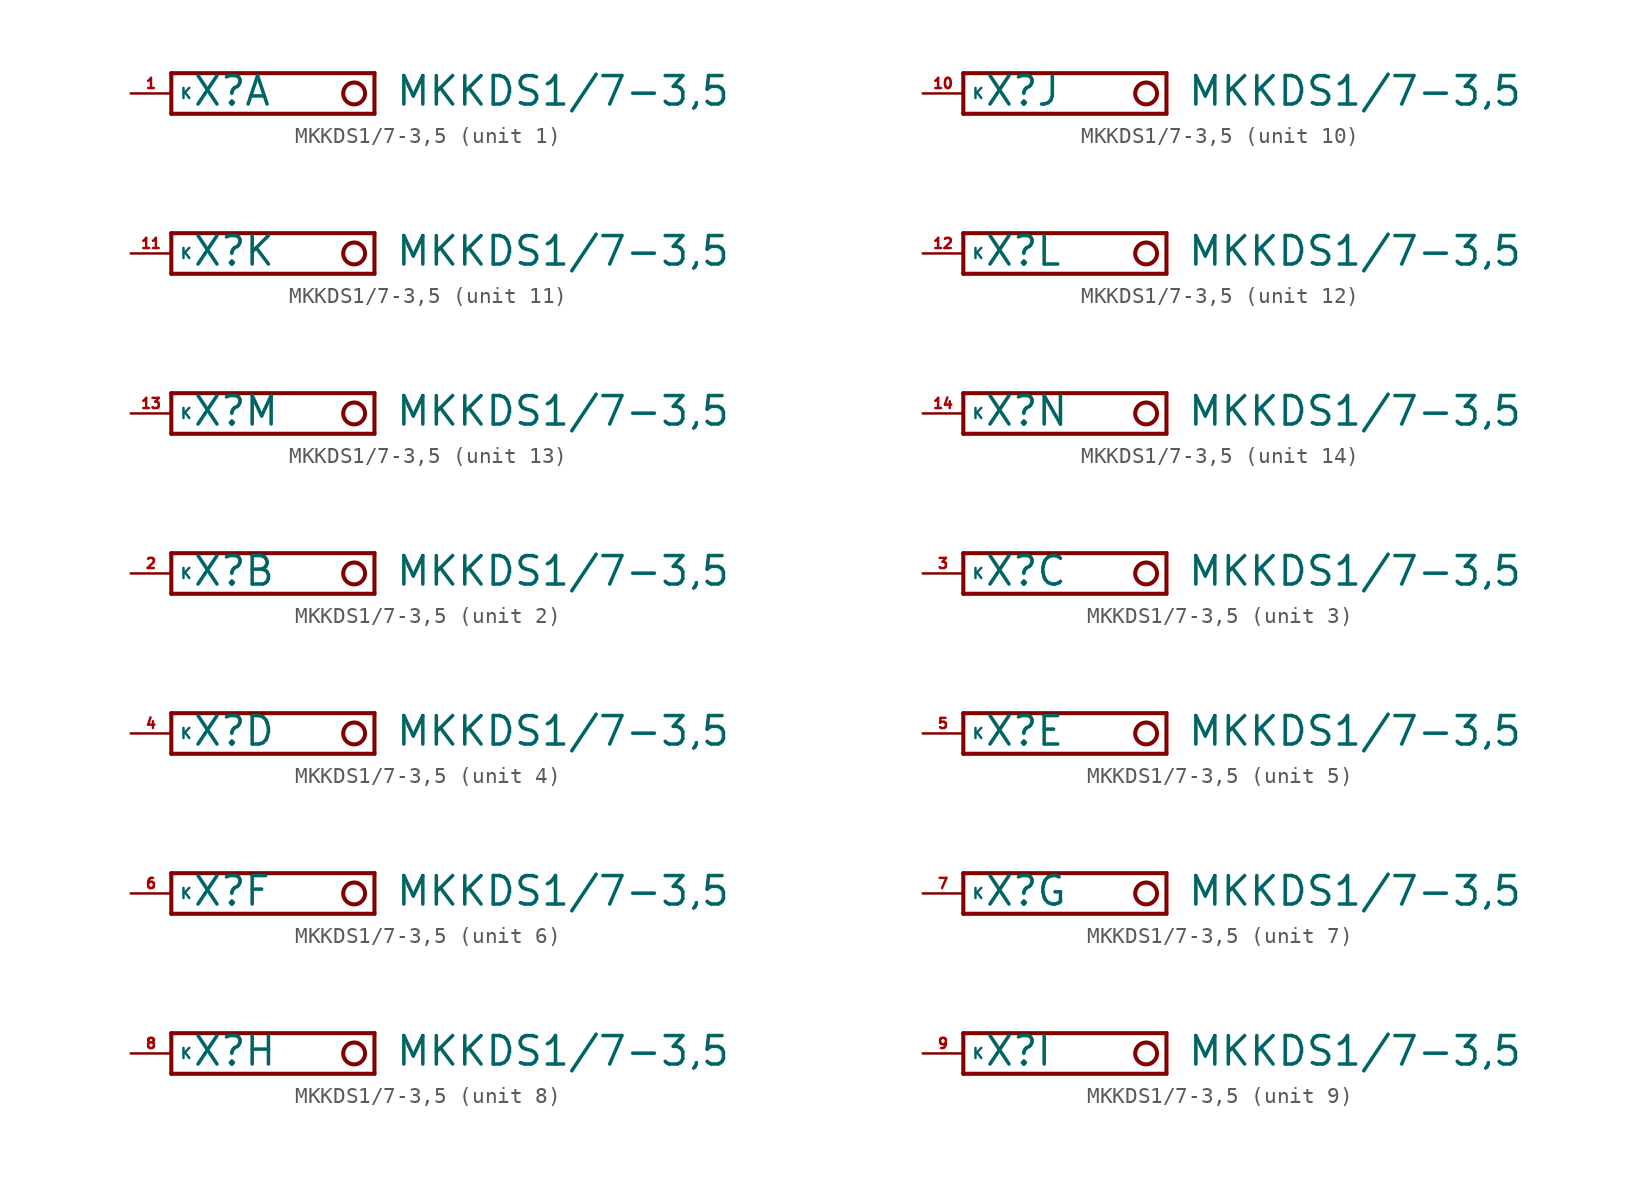
<source format=kicad_sym>
(kicad_symbol_lib
  (version 20220914)
  (generator Eagle2Kicad)
  (symbol "MKKDS1/7-3,5"
    (property "Reference" "X"
      (at 1.27 -0.889 0)
      (effects (font (size 1.778 1.778) (thickness 0.22)) (justify left bottom)))
    (property "Value" "MKKDS1/7-3,5"
      (at 13.97 -0.889 0)
      (effects (font (size 1.778 1.778) (thickness 0.22)) (justify left bottom)))
    (symbol "MKKDS1/7-3,5_1_0"
      (polyline (pts (xy 0 -1.27) (xy 0 1.27)) (stroke (width 0.254) (type default)) (fill (type none)))
      (polyline (pts (xy 12.7 -1.27) (xy 0 -1.27)) (stroke (width 0.254) (type default)) (fill (type none)))
      (polyline (pts (xy 12.7 -1.27) (xy 12.7 1.27)) (stroke (width 0.254) (type default)) (fill (type none)))
      (polyline (pts (xy 0 1.27) (xy 12.7 1.27)) (stroke (width 0.254) (type default)) (fill (type none)))
      (circle (center 11.43 0) (radius 0.684) (stroke (width 0.254) (type default)) (fill (type none)))
      (pin passive line (at -2.54 0 0) (length 2.54) (name "K" (effects (font (size 0.635 0.635) (thickness 0.08)) (justify left bottom))) (number "1" (effects (font (size 0.635 0.635) (thickness 0.08)) (justify left bottom)))))
    (symbol "MKKDS1/7-3,5_2_0"
      (polyline (pts (xy 0 -1.27) (xy 0 1.27)) (stroke (width 0.254) (type default)) (fill (type none)))
      (polyline (pts (xy 12.7 -1.27) (xy 0 -1.27)) (stroke (width 0.254) (type default)) (fill (type none)))
      (polyline (pts (xy 12.7 -1.27) (xy 12.7 1.27)) (stroke (width 0.254) (type default)) (fill (type none)))
      (polyline (pts (xy 0 1.27) (xy 12.7 1.27)) (stroke (width 0.254) (type default)) (fill (type none)))
      (circle (center 11.43 0) (radius 0.684) (stroke (width 0.254) (type default)) (fill (type none)))
      (pin passive line (at -2.54 0 0) (length 2.54) (name "K" (effects (font (size 0.635 0.635) (thickness 0.08)) (justify left bottom))) (number "2" (effects (font (size 0.635 0.635) (thickness 0.08)) (justify left bottom)))))
    (symbol "MKKDS1/7-3,5_3_0"
      (polyline (pts (xy 0 -1.27) (xy 0 1.27)) (stroke (width 0.254) (type default)) (fill (type none)))
      (polyline (pts (xy 12.7 -1.27) (xy 0 -1.27)) (stroke (width 0.254) (type default)) (fill (type none)))
      (polyline (pts (xy 12.7 -1.27) (xy 12.7 1.27)) (stroke (width 0.254) (type default)) (fill (type none)))
      (polyline (pts (xy 0 1.27) (xy 12.7 1.27)) (stroke (width 0.254) (type default)) (fill (type none)))
      (circle (center 11.43 0) (radius 0.684) (stroke (width 0.254) (type default)) (fill (type none)))
      (pin passive line (at -2.54 0 0) (length 2.54) (name "K" (effects (font (size 0.635 0.635) (thickness 0.08)) (justify left bottom))) (number "3" (effects (font (size 0.635 0.635) (thickness 0.08)) (justify left bottom)))))
    (symbol "MKKDS1/7-3,5_4_0"
      (polyline (pts (xy 0 -1.27) (xy 0 1.27)) (stroke (width 0.254) (type default)) (fill (type none)))
      (polyline (pts (xy 12.7 -1.27) (xy 0 -1.27)) (stroke (width 0.254) (type default)) (fill (type none)))
      (polyline (pts (xy 12.7 -1.27) (xy 12.7 1.27)) (stroke (width 0.254) (type default)) (fill (type none)))
      (polyline (pts (xy 0 1.27) (xy 12.7 1.27)) (stroke (width 0.254) (type default)) (fill (type none)))
      (circle (center 11.43 0) (radius 0.684) (stroke (width 0.254) (type default)) (fill (type none)))
      (pin passive line (at -2.54 0 0) (length 2.54) (name "K" (effects (font (size 0.635 0.635) (thickness 0.08)) (justify left bottom))) (number "4" (effects (font (size 0.635 0.635) (thickness 0.08)) (justify left bottom)))))
    (symbol "MKKDS1/7-3,5_5_0"
      (polyline (pts (xy 0 -1.27) (xy 0 1.27)) (stroke (width 0.254) (type default)) (fill (type none)))
      (polyline (pts (xy 12.7 -1.27) (xy 0 -1.27)) (stroke (width 0.254) (type default)) (fill (type none)))
      (polyline (pts (xy 12.7 -1.27) (xy 12.7 1.27)) (stroke (width 0.254) (type default)) (fill (type none)))
      (polyline (pts (xy 0 1.27) (xy 12.7 1.27)) (stroke (width 0.254) (type default)) (fill (type none)))
      (circle (center 11.43 0) (radius 0.684) (stroke (width 0.254) (type default)) (fill (type none)))
      (pin passive line (at -2.54 0 0) (length 2.54) (name "K" (effects (font (size 0.635 0.635) (thickness 0.08)) (justify left bottom))) (number "5" (effects (font (size 0.635 0.635) (thickness 0.08)) (justify left bottom)))))
    (symbol "MKKDS1/7-3,5_6_0"
      (polyline (pts (xy 0 -1.27) (xy 0 1.27)) (stroke (width 0.254) (type default)) (fill (type none)))
      (polyline (pts (xy 12.7 -1.27) (xy 0 -1.27)) (stroke (width 0.254) (type default)) (fill (type none)))
      (polyline (pts (xy 12.7 -1.27) (xy 12.7 1.27)) (stroke (width 0.254) (type default)) (fill (type none)))
      (polyline (pts (xy 0 1.27) (xy 12.7 1.27)) (stroke (width 0.254) (type default)) (fill (type none)))
      (circle (center 11.43 0) (radius 0.684) (stroke (width 0.254) (type default)) (fill (type none)))
      (pin passive line (at -2.54 0 0) (length 2.54) (name "K" (effects (font (size 0.635 0.635) (thickness 0.08)) (justify left bottom))) (number "6" (effects (font (size 0.635 0.635) (thickness 0.08)) (justify left bottom)))))
    (symbol "MKKDS1/7-3,5_7_0"
      (polyline (pts (xy 0 -1.27) (xy 0 1.27)) (stroke (width 0.254) (type default)) (fill (type none)))
      (polyline (pts (xy 12.7 -1.27) (xy 0 -1.27)) (stroke (width 0.254) (type default)) (fill (type none)))
      (polyline (pts (xy 12.7 -1.27) (xy 12.7 1.27)) (stroke (width 0.254) (type default)) (fill (type none)))
      (polyline (pts (xy 0 1.27) (xy 12.7 1.27)) (stroke (width 0.254) (type default)) (fill (type none)))
      (circle (center 11.43 0) (radius 0.684) (stroke (width 0.254) (type default)) (fill (type none)))
      (pin passive line (at -2.54 0 0) (length 2.54) (name "K" (effects (font (size 0.635 0.635) (thickness 0.08)) (justify left bottom))) (number "7" (effects (font (size 0.635 0.635) (thickness 0.08)) (justify left bottom)))))
    (symbol "MKKDS1/7-3,5_8_0"
      (polyline (pts (xy 0 -1.27) (xy 0 1.27)) (stroke (width 0.254) (type default)) (fill (type none)))
      (polyline (pts (xy 12.7 -1.27) (xy 0 -1.27)) (stroke (width 0.254) (type default)) (fill (type none)))
      (polyline (pts (xy 12.7 -1.27) (xy 12.7 1.27)) (stroke (width 0.254) (type default)) (fill (type none)))
      (polyline (pts (xy 0 1.27) (xy 12.7 1.27)) (stroke (width 0.254) (type default)) (fill (type none)))
      (circle (center 11.43 0) (radius 0.684) (stroke (width 0.254) (type default)) (fill (type none)))
      (pin passive line (at -2.54 0 0) (length 2.54) (name "K" (effects (font (size 0.635 0.635) (thickness 0.08)) (justify left bottom))) (number "8" (effects (font (size 0.635 0.635) (thickness 0.08)) (justify left bottom)))))
    (symbol "MKKDS1/7-3,5_9_0"
      (polyline (pts (xy 0 -1.27) (xy 0 1.27)) (stroke (width 0.254) (type default)) (fill (type none)))
      (polyline (pts (xy 12.7 -1.27) (xy 0 -1.27)) (stroke (width 0.254) (type default)) (fill (type none)))
      (polyline (pts (xy 12.7 -1.27) (xy 12.7 1.27)) (stroke (width 0.254) (type default)) (fill (type none)))
      (polyline (pts (xy 0 1.27) (xy 12.7 1.27)) (stroke (width 0.254) (type default)) (fill (type none)))
      (circle (center 11.43 0) (radius 0.684) (stroke (width 0.254) (type default)) (fill (type none)))
      (pin passive line (at -2.54 0 0) (length 2.54) (name "K" (effects (font (size 0.635 0.635) (thickness 0.08)) (justify left bottom))) (number "9" (effects (font (size 0.635 0.635) (thickness 0.08)) (justify left bottom)))))
    (symbol "MKKDS1/7-3,5_10_0"
      (polyline (pts (xy 0 -1.27) (xy 0 1.27)) (stroke (width 0.254) (type default)) (fill (type none)))
      (polyline (pts (xy 12.7 -1.27) (xy 0 -1.27)) (stroke (width 0.254) (type default)) (fill (type none)))
      (polyline (pts (xy 12.7 -1.27) (xy 12.7 1.27)) (stroke (width 0.254) (type default)) (fill (type none)))
      (polyline (pts (xy 0 1.27) (xy 12.7 1.27)) (stroke (width 0.254) (type default)) (fill (type none)))
      (circle (center 11.43 0) (radius 0.684) (stroke (width 0.254) (type default)) (fill (type none)))
      (pin passive line (at -2.54 0 0) (length 2.54) (name "K" (effects (font (size 0.635 0.635) (thickness 0.08)) (justify left bottom))) (number "10" (effects (font (size 0.635 0.635) (thickness 0.08)) (justify left bottom)))))
    (symbol "MKKDS1/7-3,5_11_0"
      (polyline (pts (xy 0 -1.27) (xy 0 1.27)) (stroke (width 0.254) (type default)) (fill (type none)))
      (polyline (pts (xy 12.7 -1.27) (xy 0 -1.27)) (stroke (width 0.254) (type default)) (fill (type none)))
      (polyline (pts (xy 12.7 -1.27) (xy 12.7 1.27)) (stroke (width 0.254) (type default)) (fill (type none)))
      (polyline (pts (xy 0 1.27) (xy 12.7 1.27)) (stroke (width 0.254) (type default)) (fill (type none)))
      (circle (center 11.43 0) (radius 0.684) (stroke (width 0.254) (type default)) (fill (type none)))
      (pin passive line (at -2.54 0 0) (length 2.54) (name "K" (effects (font (size 0.635 0.635) (thickness 0.08)) (justify left bottom))) (number "11" (effects (font (size 0.635 0.635) (thickness 0.08)) (justify left bottom)))))
    (symbol "MKKDS1/7-3,5_12_0"
      (polyline (pts (xy 0 -1.27) (xy 0 1.27)) (stroke (width 0.254) (type default)) (fill (type none)))
      (polyline (pts (xy 12.7 -1.27) (xy 0 -1.27)) (stroke (width 0.254) (type default)) (fill (type none)))
      (polyline (pts (xy 12.7 -1.27) (xy 12.7 1.27)) (stroke (width 0.254) (type default)) (fill (type none)))
      (polyline (pts (xy 0 1.27) (xy 12.7 1.27)) (stroke (width 0.254) (type default)) (fill (type none)))
      (circle (center 11.43 0) (radius 0.684) (stroke (width 0.254) (type default)) (fill (type none)))
      (pin passive line (at -2.54 0 0) (length 2.54) (name "K" (effects (font (size 0.635 0.635) (thickness 0.08)) (justify left bottom))) (number "12" (effects (font (size 0.635 0.635) (thickness 0.08)) (justify left bottom)))))
    (symbol "MKKDS1/7-3,5_13_0"
      (polyline (pts (xy 0 -1.27) (xy 0 1.27)) (stroke (width 0.254) (type default)) (fill (type none)))
      (polyline (pts (xy 12.7 -1.27) (xy 0 -1.27)) (stroke (width 0.254) (type default)) (fill (type none)))
      (polyline (pts (xy 12.7 -1.27) (xy 12.7 1.27)) (stroke (width 0.254) (type default)) (fill (type none)))
      (polyline (pts (xy 0 1.27) (xy 12.7 1.27)) (stroke (width 0.254) (type default)) (fill (type none)))
      (circle (center 11.43 0) (radius 0.684) (stroke (width 0.254) (type default)) (fill (type none)))
      (pin passive line (at -2.54 0 0) (length 2.54) (name "K" (effects (font (size 0.635 0.635) (thickness 0.08)) (justify left bottom))) (number "13" (effects (font (size 0.635 0.635) (thickness 0.08)) (justify left bottom)))))
    (symbol "MKKDS1/7-3,5_14_0"
      (polyline (pts (xy 0 -1.27) (xy 0 1.27)) (stroke (width 0.254) (type default)) (fill (type none)))
      (polyline (pts (xy 12.7 -1.27) (xy 0 -1.27)) (stroke (width 0.254) (type default)) (fill (type none)))
      (polyline (pts (xy 12.7 -1.27) (xy 12.7 1.27)) (stroke (width 0.254) (type default)) (fill (type none)))
      (polyline (pts (xy 0 1.27) (xy 12.7 1.27)) (stroke (width 0.254) (type default)) (fill (type none)))
      (circle (center 11.43 0) (radius 0.684) (stroke (width 0.254) (type default)) (fill (type none)))
      (pin passive line (at -2.54 0 0) (length 2.54) (name "K" (effects (font (size 0.635 0.635) (thickness 0.08)) (justify left bottom))) (number "14" (effects (font (size 0.635 0.635) (thickness 0.08)) (justify left bottom)))))))
</source>
